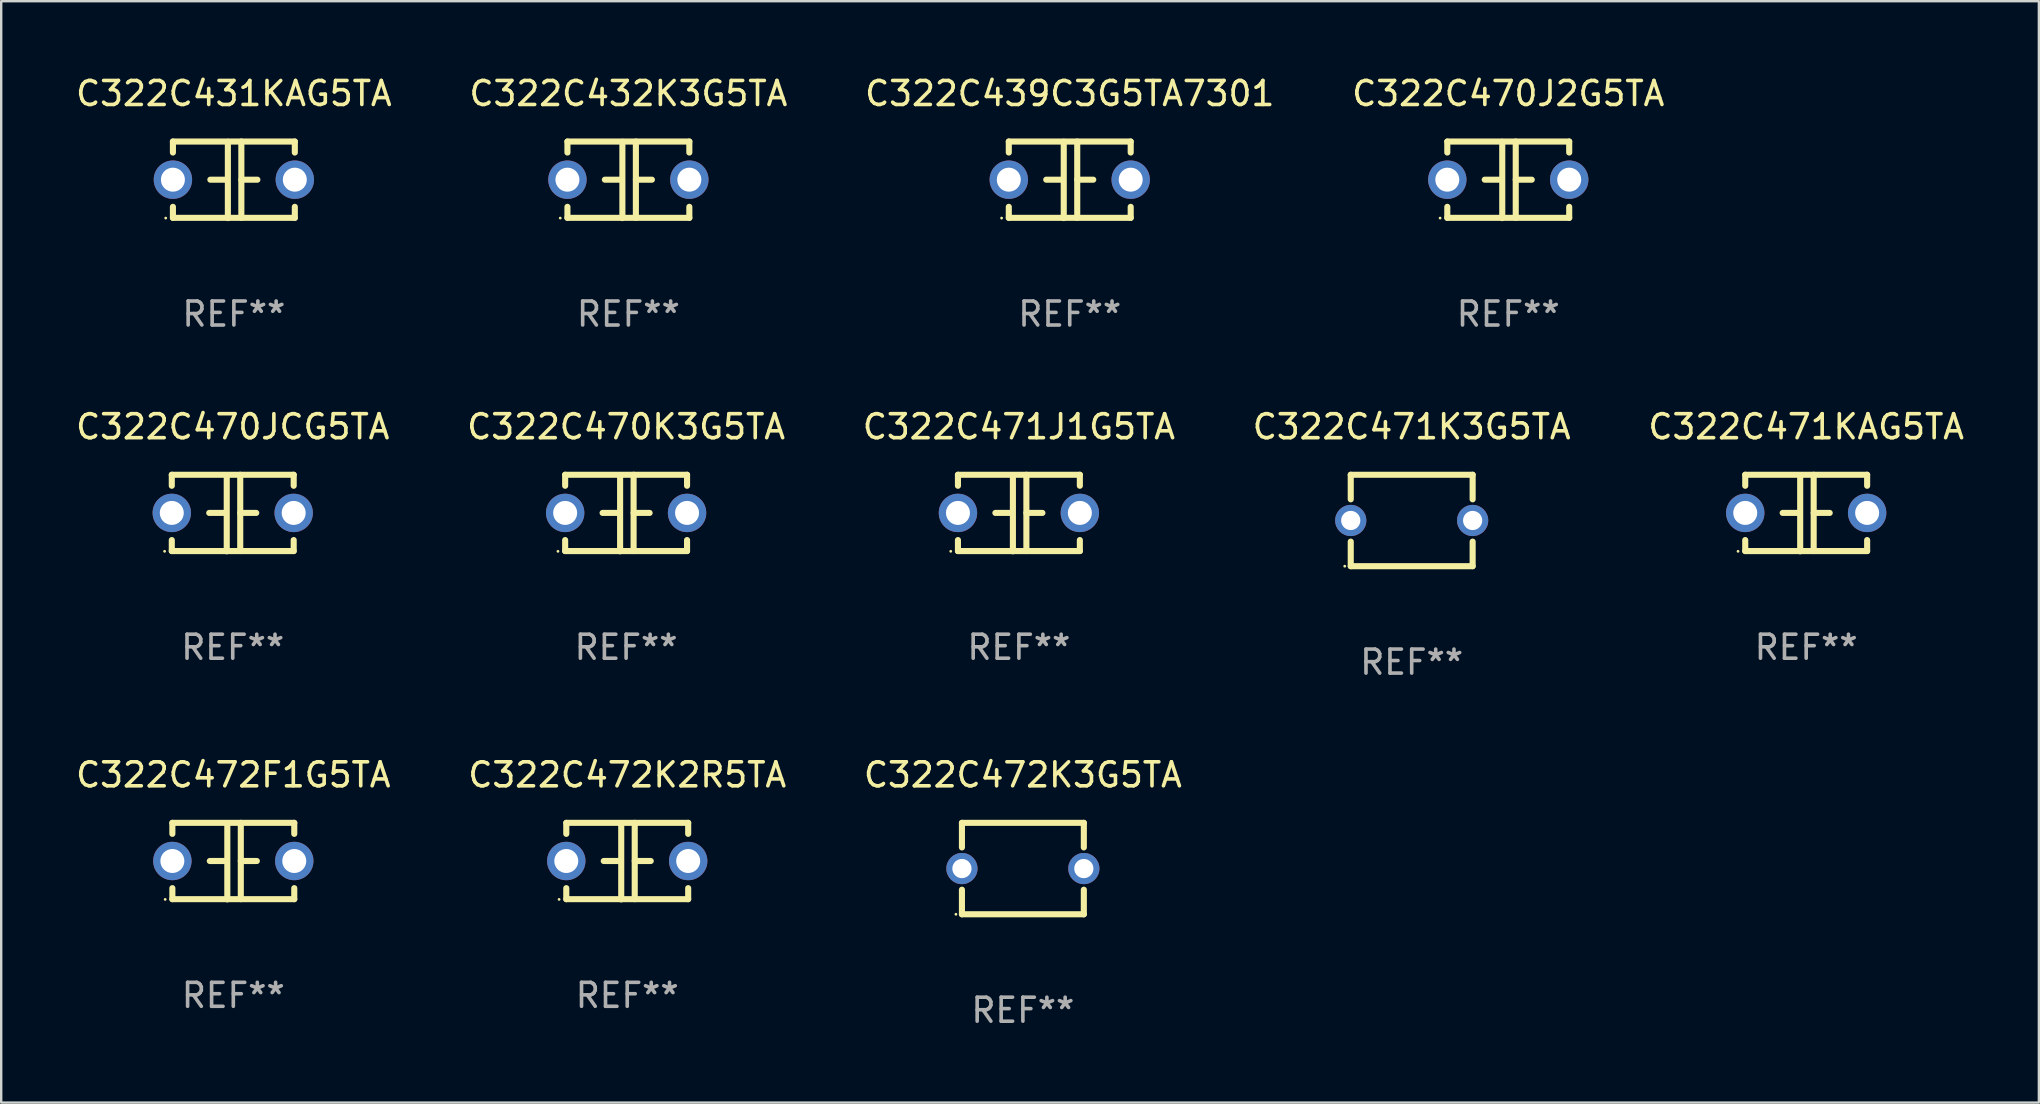
<source format=kicad_pcb>
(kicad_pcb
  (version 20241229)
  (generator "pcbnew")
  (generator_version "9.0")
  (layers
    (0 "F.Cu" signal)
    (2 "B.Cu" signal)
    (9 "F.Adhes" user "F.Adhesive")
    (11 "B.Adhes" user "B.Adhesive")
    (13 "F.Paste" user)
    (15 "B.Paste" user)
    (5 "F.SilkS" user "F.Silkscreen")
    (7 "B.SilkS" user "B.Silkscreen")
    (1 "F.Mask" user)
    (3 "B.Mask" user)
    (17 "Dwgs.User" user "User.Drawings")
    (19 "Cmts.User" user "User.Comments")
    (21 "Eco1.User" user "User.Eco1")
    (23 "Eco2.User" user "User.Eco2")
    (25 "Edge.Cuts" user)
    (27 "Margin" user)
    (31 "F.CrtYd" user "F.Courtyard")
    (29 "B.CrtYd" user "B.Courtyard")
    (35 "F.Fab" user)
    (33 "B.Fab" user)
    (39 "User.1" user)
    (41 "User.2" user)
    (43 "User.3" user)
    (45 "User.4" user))
  (footprint "C322C471J1G5TA"
    (layer "F.Cu")
    (at 39.411 18.33)
    (property "Reference" "C322C471J1G5TA" (at 0 -3.595 0) (layer "F.SilkS") (effects (font (size 1 1) (thickness 0.15))))
    (attr through_hole)
    (fp_line (start -2.54 -1.595) (end -2.54 -1.136) (stroke (width 0.254) (type solid)) (layer "F.SilkS"))
    (fp_line (start -2.54 -1.595) (end 2.54 -1.595) (stroke (width 0.254) (type solid)) (layer "F.SilkS"))
    (fp_line (start -2.54 1.126) (end -2.54 1.585) (stroke (width 0.254) (type solid)) (layer "F.SilkS"))
    (fp_line (start -0.312 -0.005) (end -0.98 -0.005) (stroke (width 0.254) (type solid)) (layer "F.SilkS"))
    (fp_line (start -0.25 -1.585) (end -0.25 1.595) (stroke (width 0.254) (type solid)) (layer "F.SilkS"))
    (fp_line (start 0.312 -1.595) (end 0.312 1.585) (stroke (width 0.254) (type solid)) (layer "F.SilkS"))
    (fp_line (start 0.312 -0.005) (end 0.98 -0.005) (stroke (width 0.254) (type solid)) (layer "F.SilkS"))
    (fp_line (start 2.54 -1.595) (end 2.54 -1.136) (stroke (width 0.254) (type solid)) (layer "F.SilkS"))
    (fp_line (start 2.54 1.126) (end 2.54 1.585) (stroke (width 0.254) (type solid)) (layer "F.SilkS"))
    (fp_line (start 2.54 1.585) (end -2.54 1.585) (stroke (width 0.254) (type solid)) (layer "F.SilkS"))
    (fp_circle (center -2.84 1.595) (end -2.81 1.595) (stroke (width 0.06) (type solid)) (fill no) (layer "F.SilkS"))
    (fp_text user "REF**" (at 0 5.595 0) (layer "F.Fab") (effects (font (size 1 1) (thickness 0.15))))
    (pad "1" thru_hole circle (at -2.54 -0.005) (size 1.6 1.6) (drill 1) (layers "*.Cu" "*.Mask"))
    (pad "2" thru_hole circle (at 2.54 -0.005) (size 1.6 1.6) (drill 1) (layers "*.Cu" "*.Mask")))
  (footprint "C322C472F1G5TA"
    (layer "F.Cu")
    (at 6.673 32.836)
    (property "Reference" "C322C472F1G5TA" (at 0 -3.595 0) (layer "F.SilkS") (effects (font (size 1 1) (thickness 0.15))))
    (attr through_hole)
    (fp_line (start -2.54 -1.595) (end -2.54 -1.136) (stroke (width 0.254) (type solid)) (layer "F.SilkS"))
    (fp_line (start -2.54 -1.595) (end 2.54 -1.595) (stroke (width 0.254) (type solid)) (layer "F.SilkS"))
    (fp_line (start -2.54 1.126) (end -2.54 1.585) (stroke (width 0.254) (type solid)) (layer "F.SilkS"))
    (fp_line (start -0.312 -0.005) (end -0.98 -0.005) (stroke (width 0.254) (type solid)) (layer "F.SilkS"))
    (fp_line (start -0.25 -1.585) (end -0.25 1.595) (stroke (width 0.254) (type solid)) (layer "F.SilkS"))
    (fp_line (start 0.312 -1.595) (end 0.312 1.585) (stroke (width 0.254) (type solid)) (layer "F.SilkS"))
    (fp_line (start 0.312 -0.005) (end 0.98 -0.005) (stroke (width 0.254) (type solid)) (layer "F.SilkS"))
    (fp_line (start 2.54 -1.595) (end 2.54 -1.136) (stroke (width 0.254) (type solid)) (layer "F.SilkS"))
    (fp_line (start 2.54 1.126) (end 2.54 1.585) (stroke (width 0.254) (type solid)) (layer "F.SilkS"))
    (fp_line (start 2.54 1.585) (end -2.54 1.585) (stroke (width 0.254) (type solid)) (layer "F.SilkS"))
    (fp_circle (center -2.84 1.595) (end -2.81 1.595) (stroke (width 0.06) (type solid)) (fill no) (layer "F.SilkS"))
    (fp_text user "REF**" (at 0 5.595 0) (layer "F.Fab") (effects (font (size 1 1) (thickness 0.15))))
    (pad "1" thru_hole circle (at -2.54 -0.005) (size 1.6 1.6) (drill 1) (layers "*.Cu" "*.Mask"))
    (pad "2" thru_hole circle (at 2.54 -0.005) (size 1.6 1.6) (drill 1) (layers "*.Cu" "*.Mask")))
  (footprint "C322C470K3G5TA"
    (layer "F.Cu")
    (at 23.042 18.33)
    (property "Reference" "C322C470K3G5TA" (at 0 -3.595 0) (layer "F.SilkS") (effects (font (size 1 1) (thickness 0.15))))
    (attr through_hole)
    (fp_line (start -2.54 -1.595) (end -2.54 -1.136) (stroke (width 0.254) (type solid)) (layer "F.SilkS"))
    (fp_line (start -2.54 -1.595) (end 2.54 -1.595) (stroke (width 0.254) (type solid)) (layer "F.SilkS"))
    (fp_line (start -2.54 1.126) (end -2.54 1.585) (stroke (width 0.254) (type solid)) (layer "F.SilkS"))
    (fp_line (start -0.312 -0.005) (end -0.98 -0.005) (stroke (width 0.254) (type solid)) (layer "F.SilkS"))
    (fp_line (start -0.25 -1.585) (end -0.25 1.595) (stroke (width 0.254) (type solid)) (layer "F.SilkS"))
    (fp_line (start 0.312 -1.595) (end 0.312 1.585) (stroke (width 0.254) (type solid)) (layer "F.SilkS"))
    (fp_line (start 0.312 -0.005) (end 0.98 -0.005) (stroke (width 0.254) (type solid)) (layer "F.SilkS"))
    (fp_line (start 2.54 -1.595) (end 2.54 -1.136) (stroke (width 0.254) (type solid)) (layer "F.SilkS"))
    (fp_line (start 2.54 1.126) (end 2.54 1.585) (stroke (width 0.254) (type solid)) (layer "F.SilkS"))
    (fp_line (start 2.54 1.585) (end -2.54 1.585) (stroke (width 0.254) (type solid)) (layer "F.SilkS"))
    (fp_circle (center -2.84 1.595) (end -2.81 1.595) (stroke (width 0.06) (type solid)) (fill no) (layer "F.SilkS"))
    (fp_text user "REF**" (at 0 5.595 0) (layer "F.Fab") (effects (font (size 1 1) (thickness 0.15))))
    (pad "1" thru_hole circle (at -2.54 -0.005) (size 1.6 1.6) (drill 1) (layers "*.Cu" "*.Mask"))
    (pad "2" thru_hole circle (at 2.54 -0.005) (size 1.6 1.6) (drill 1) (layers "*.Cu" "*.Mask")))
  (footprint "C322C472K2R5TA"
    (layer "F.Cu")
    (at 23.089 32.836)
    (property "Reference" "C322C472K2R5TA" (at 0 -3.595 0) (layer "F.SilkS") (effects (font (size 1 1) (thickness 0.15))))
    (attr through_hole)
    (fp_line (start -2.54 -1.595) (end -2.54 -1.136) (stroke (width 0.254) (type solid)) (layer "F.SilkS"))
    (fp_line (start -2.54 -1.595) (end 2.54 -1.595) (stroke (width 0.254) (type solid)) (layer "F.SilkS"))
    (fp_line (start -2.54 1.126) (end -2.54 1.585) (stroke (width 0.254) (type solid)) (layer "F.SilkS"))
    (fp_line (start -0.312 -0.005) (end -0.98 -0.005) (stroke (width 0.254) (type solid)) (layer "F.SilkS"))
    (fp_line (start -0.25 -1.585) (end -0.25 1.595) (stroke (width 0.254) (type solid)) (layer "F.SilkS"))
    (fp_line (start 0.312 -1.595) (end 0.312 1.585) (stroke (width 0.254) (type solid)) (layer "F.SilkS"))
    (fp_line (start 0.312 -0.005) (end 0.98 -0.005) (stroke (width 0.254) (type solid)) (layer "F.SilkS"))
    (fp_line (start 2.54 -1.595) (end 2.54 -1.136) (stroke (width 0.254) (type solid)) (layer "F.SilkS"))
    (fp_line (start 2.54 1.126) (end 2.54 1.585) (stroke (width 0.254) (type solid)) (layer "F.SilkS"))
    (fp_line (start 2.54 1.585) (end -2.54 1.585) (stroke (width 0.254) (type solid)) (layer "F.SilkS"))
    (fp_circle (center -2.84 1.595) (end -2.81 1.595) (stroke (width 0.06) (type solid)) (fill no) (layer "F.SilkS"))
    (fp_text user "REF**" (at 0 5.595 0) (layer "F.Fab") (effects (font (size 1 1) (thickness 0.15))))
    (pad "1" thru_hole circle (at -2.54 -0.005) (size 1.6 1.6) (drill 1) (layers "*.Cu" "*.Mask"))
    (pad "2" thru_hole circle (at 2.54 -0.005) (size 1.6 1.6) (drill 1) (layers "*.Cu" "*.Mask")))
  (footprint "C322C470J2G5TA"
    (layer "F.Cu")
    (at 59.804 4.443)
    (property "Reference" "C322C470J2G5TA" (at 0 -3.595 0) (layer "F.SilkS") (effects (font (size 1 1) (thickness 0.15))))
    (attr through_hole)
    (fp_line (start -2.54 -1.595) (end -2.54 -1.136) (stroke (width 0.254) (type solid)) (layer "F.SilkS"))
    (fp_line (start -2.54 -1.595) (end 2.54 -1.595) (stroke (width 0.254) (type solid)) (layer "F.SilkS"))
    (fp_line (start -2.54 1.126) (end -2.54 1.585) (stroke (width 0.254) (type solid)) (layer "F.SilkS"))
    (fp_line (start -0.312 -0.005) (end -0.98 -0.005) (stroke (width 0.254) (type solid)) (layer "F.SilkS"))
    (fp_line (start -0.25 -1.585) (end -0.25 1.595) (stroke (width 0.254) (type solid)) (layer "F.SilkS"))
    (fp_line (start 0.312 -1.595) (end 0.312 1.585) (stroke (width 0.254) (type solid)) (layer "F.SilkS"))
    (fp_line (start 0.312 -0.005) (end 0.98 -0.005) (stroke (width 0.254) (type solid)) (layer "F.SilkS"))
    (fp_line (start 2.54 -1.595) (end 2.54 -1.136) (stroke (width 0.254) (type solid)) (layer "F.SilkS"))
    (fp_line (start 2.54 1.126) (end 2.54 1.585) (stroke (width 0.254) (type solid)) (layer "F.SilkS"))
    (fp_line (start 2.54 1.585) (end -2.54 1.585) (stroke (width 0.254) (type solid)) (layer "F.SilkS"))
    (fp_circle (center -2.84 1.595) (end -2.81 1.595) (stroke (width 0.06) (type solid)) (fill no) (layer "F.SilkS"))
    (fp_text user "REF**" (at 0 5.595 0) (layer "F.Fab") (effects (font (size 1 1) (thickness 0.15))))
    (pad "1" thru_hole circle (at -2.54 -0.005) (size 1.6 1.6) (drill 1) (layers "*.Cu" "*.Mask"))
    (pad "2" thru_hole circle (at 2.54 -0.005) (size 1.6 1.6) (drill 1) (layers "*.Cu" "*.Mask")))
  (footprint "C322C470JCG5TA"
    (layer "F.Cu")
    (at 6.649 18.33)
    (property "Reference" "C322C470JCG5TA" (at 0 -3.595 0) (layer "F.SilkS") (effects (font (size 1 1) (thickness 0.15))))
    (attr through_hole)
    (fp_line (start -2.54 -1.595) (end -2.54 -1.136) (stroke (width 0.254) (type solid)) (layer "F.SilkS"))
    (fp_line (start -2.54 -1.595) (end 2.54 -1.595) (stroke (width 0.254) (type solid)) (layer "F.SilkS"))
    (fp_line (start -2.54 1.126) (end -2.54 1.585) (stroke (width 0.254) (type solid)) (layer "F.SilkS"))
    (fp_line (start -0.312 -0.005) (end -0.98 -0.005) (stroke (width 0.254) (type solid)) (layer "F.SilkS"))
    (fp_line (start -0.25 -1.585) (end -0.25 1.595) (stroke (width 0.254) (type solid)) (layer "F.SilkS"))
    (fp_line (start 0.312 -1.595) (end 0.312 1.585) (stroke (width 0.254) (type solid)) (layer "F.SilkS"))
    (fp_line (start 0.312 -0.005) (end 0.98 -0.005) (stroke (width 0.254) (type solid)) (layer "F.SilkS"))
    (fp_line (start 2.54 -1.595) (end 2.54 -1.136) (stroke (width 0.254) (type solid)) (layer "F.SilkS"))
    (fp_line (start 2.54 1.126) (end 2.54 1.585) (stroke (width 0.254) (type solid)) (layer "F.SilkS"))
    (fp_line (start 2.54 1.585) (end -2.54 1.585) (stroke (width 0.254) (type solid)) (layer "F.SilkS"))
    (fp_circle (center -2.84 1.595) (end -2.81 1.595) (stroke (width 0.06) (type solid)) (fill no) (layer "F.SilkS"))
    (fp_text user "REF**" (at 0 5.595 0) (layer "F.Fab") (effects (font (size 1 1) (thickness 0.15))))
    (pad "1" thru_hole circle (at -2.54 -0.005) (size 1.6 1.6) (drill 1) (layers "*.Cu" "*.Mask"))
    (pad "2" thru_hole circle (at 2.54 -0.005) (size 1.6 1.6) (drill 1) (layers "*.Cu" "*.Mask")))
  (footprint "C322C439C3G5TA7301"
    (layer "F.Cu")
    (at 41.53 4.443)
    (property "Reference" "C322C439C3G5TA7301" (at 0 -3.595 0) (layer "F.SilkS") (effects (font (size 1 1) (thickness 0.15))))
    (attr through_hole)
    (fp_line (start -2.54 -1.595) (end -2.54 -1.136) (stroke (width 0.254) (type solid)) (layer "F.SilkS"))
    (fp_line (start -2.54 -1.595) (end 2.54 -1.595) (stroke (width 0.254) (type solid)) (layer "F.SilkS"))
    (fp_line (start -2.54 1.126) (end -2.54 1.585) (stroke (width 0.254) (type solid)) (layer "F.SilkS"))
    (fp_line (start -0.312 -0.005) (end -0.98 -0.005) (stroke (width 0.254) (type solid)) (layer "F.SilkS"))
    (fp_line (start -0.25 -1.585) (end -0.25 1.595) (stroke (width 0.254) (type solid)) (layer "F.SilkS"))
    (fp_line (start 0.312 -1.595) (end 0.312 1.585) (stroke (width 0.254) (type solid)) (layer "F.SilkS"))
    (fp_line (start 0.312 -0.005) (end 0.98 -0.005) (stroke (width 0.254) (type solid)) (layer "F.SilkS"))
    (fp_line (start 2.54 -1.595) (end 2.54 -1.136) (stroke (width 0.254) (type solid)) (layer "F.SilkS"))
    (fp_line (start 2.54 1.126) (end 2.54 1.585) (stroke (width 0.254) (type solid)) (layer "F.SilkS"))
    (fp_line (start 2.54 1.585) (end -2.54 1.585) (stroke (width 0.254) (type solid)) (layer "F.SilkS"))
    (fp_circle (center -2.84 1.595) (end -2.81 1.595) (stroke (width 0.06) (type solid)) (fill no) (layer "F.SilkS"))
    (fp_text user "REF**" (at 0 5.595 0) (layer "F.Fab") (effects (font (size 1 1) (thickness 0.15))))
    (pad "1" thru_hole circle (at -2.54 -0.005) (size 1.6 1.6) (drill 1) (layers "*.Cu" "*.Mask"))
    (pad "2" thru_hole circle (at 2.54 -0.005) (size 1.6 1.6) (drill 1) (layers "*.Cu" "*.Mask")))
  (footprint "C322C432K3G5TA"
    (layer "F.Cu")
    (at 23.137 4.443)
    (property "Reference" "C322C432K3G5TA" (at 0 -3.595 0) (layer "F.SilkS") (effects (font (size 1 1) (thickness 0.15))))
    (attr through_hole)
    (fp_line (start -2.54 -1.595) (end -2.54 -1.136) (stroke (width 0.254) (type solid)) (layer "F.SilkS"))
    (fp_line (start -2.54 -1.595) (end 2.54 -1.595) (stroke (width 0.254) (type solid)) (layer "F.SilkS"))
    (fp_line (start -2.54 1.126) (end -2.54 1.585) (stroke (width 0.254) (type solid)) (layer "F.SilkS"))
    (fp_line (start -0.312 -0.005) (end -0.98 -0.005) (stroke (width 0.254) (type solid)) (layer "F.SilkS"))
    (fp_line (start -0.25 -1.585) (end -0.25 1.595) (stroke (width 0.254) (type solid)) (layer "F.SilkS"))
    (fp_line (start 0.312 -1.595) (end 0.312 1.585) (stroke (width 0.254) (type solid)) (layer "F.SilkS"))
    (fp_line (start 0.312 -0.005) (end 0.98 -0.005) (stroke (width 0.254) (type solid)) (layer "F.SilkS"))
    (fp_line (start 2.54 -1.595) (end 2.54 -1.136) (stroke (width 0.254) (type solid)) (layer "F.SilkS"))
    (fp_line (start 2.54 1.126) (end 2.54 1.585) (stroke (width 0.254) (type solid)) (layer "F.SilkS"))
    (fp_line (start 2.54 1.585) (end -2.54 1.585) (stroke (width 0.254) (type solid)) (layer "F.SilkS"))
    (fp_circle (center -2.84 1.595) (end -2.81 1.595) (stroke (width 0.06) (type solid)) (fill no) (layer "F.SilkS"))
    (fp_text user "REF**" (at 0 5.595 0) (layer "F.Fab") (effects (font (size 1 1) (thickness 0.15))))
    (pad "1" thru_hole circle (at -2.54 -0.005) (size 1.6 1.6) (drill 1) (layers "*.Cu" "*.Mask"))
    (pad "2" thru_hole circle (at 2.54 -0.005) (size 1.6 1.6) (drill 1) (layers "*.Cu" "*.Mask")))
  (footprint "C322C472K3G5TA"
    (layer "F.Cu")
    (at 39.577 33.146)
    (property "Reference" "C322C472K3G5TA" (at 0 -3.905 0) (layer "F.SilkS") (effects (font (size 1 1) (thickness 0.15))))
    (attr through_hole)
    (fp_line (start -2.54 -1.905) (end -2.54 -0.881) (stroke (width 0.254) (type solid)) (layer "F.SilkS"))
    (fp_line (start -2.54 0.881) (end -2.54 1.905) (stroke (width 0.254) (type solid)) (layer "F.SilkS"))
    (fp_line (start -2.54 1.905) (end 2.54 1.905) (stroke (width 0.254) (type solid)) (layer "F.SilkS"))
    (fp_line (start 2.54 -1.905) (end -2.54 -1.905) (stroke (width 0.254) (type solid)) (layer "F.SilkS"))
    (fp_line (start 2.54 -0.881) (end 2.54 -1.905) (stroke (width 0.254) (type solid)) (layer "F.SilkS"))
    (fp_line (start 2.54 1.905) (end 2.54 0.881) (stroke (width 0.254) (type solid)) (layer "F.SilkS"))
    (fp_circle (center -2.79 1.905) (end -2.76 1.905) (stroke (width 0.06) (type solid)) (fill no) (layer "F.SilkS"))
    (fp_text user "REF**" (at 0 5.905 0) (layer "F.Fab") (effects (font (size 1 1) (thickness 0.15))))
    (pad "1" thru_hole circle (at -2.54 0) (size 1.3 1.3) (drill 0.8) (layers "*.Cu" "*.Mask"))
    (pad "2" thru_hole circle (at 2.54 0) (size 1.3 1.3) (drill 0.8) (layers "*.Cu" "*.Mask")))
  (footprint "C322C471K3G5TA"
    (layer "F.Cu")
    (at 55.78 18.64)
    (property "Reference" "C322C471K3G5TA" (at 0 -3.905 0) (layer "F.SilkS") (effects (font (size 1 1) (thickness 0.15))))
    (attr through_hole)
    (fp_line (start -2.54 -1.905) (end -2.54 -0.881) (stroke (width 0.254) (type solid)) (layer "F.SilkS"))
    (fp_line (start -2.54 0.881) (end -2.54 1.905) (stroke (width 0.254) (type solid)) (layer "F.SilkS"))
    (fp_line (start -2.54 1.905) (end 2.54 1.905) (stroke (width 0.254) (type solid)) (layer "F.SilkS"))
    (fp_line (start 2.54 -1.905) (end -2.54 -1.905) (stroke (width 0.254) (type solid)) (layer "F.SilkS"))
    (fp_line (start 2.54 -0.881) (end 2.54 -1.905) (stroke (width 0.254) (type solid)) (layer "F.SilkS"))
    (fp_line (start 2.54 1.905) (end 2.54 0.881) (stroke (width 0.254) (type solid)) (layer "F.SilkS"))
    (fp_circle (center -2.79 1.905) (end -2.76 1.905) (stroke (width 0.06) (type solid)) (fill no) (layer "F.SilkS"))
    (fp_text user "REF**" (at 0 5.905 0) (layer "F.Fab") (effects (font (size 1 1) (thickness 0.15))))
    (pad "1" thru_hole circle (at -2.54 0) (size 1.3 1.3) (drill 0.8) (layers "*.Cu" "*.Mask"))
    (pad "2" thru_hole circle (at 2.54 0) (size 1.3 1.3) (drill 0.8) (layers "*.Cu" "*.Mask")))
  (footprint "C322C431KAG5TA"
    (layer "F.Cu")
    (at 6.696 4.443)
    (property "Reference" "C322C431KAG5TA" (at 0 -3.595 0) (layer "F.SilkS") (effects (font (size 1 1) (thickness 0.15))))
    (attr through_hole)
    (fp_line (start -2.54 -1.595) (end -2.54 -1.136) (stroke (width 0.254) (type solid)) (layer "F.SilkS"))
    (fp_line (start -2.54 -1.595) (end 2.54 -1.595) (stroke (width 0.254) (type solid)) (layer "F.SilkS"))
    (fp_line (start -2.54 1.126) (end -2.54 1.585) (stroke (width 0.254) (type solid)) (layer "F.SilkS"))
    (fp_line (start -0.312 -0.005) (end -0.98 -0.005) (stroke (width 0.254) (type solid)) (layer "F.SilkS"))
    (fp_line (start -0.25 -1.585) (end -0.25 1.595) (stroke (width 0.254) (type solid)) (layer "F.SilkS"))
    (fp_line (start 0.312 -1.595) (end 0.312 1.585) (stroke (width 0.254) (type solid)) (layer "F.SilkS"))
    (fp_line (start 0.312 -0.005) (end 0.98 -0.005) (stroke (width 0.254) (type solid)) (layer "F.SilkS"))
    (fp_line (start 2.54 -1.595) (end 2.54 -1.136) (stroke (width 0.254) (type solid)) (layer "F.SilkS"))
    (fp_line (start 2.54 1.126) (end 2.54 1.585) (stroke (width 0.254) (type solid)) (layer "F.SilkS"))
    (fp_line (start 2.54 1.585) (end -2.54 1.585) (stroke (width 0.254) (type solid)) (layer "F.SilkS"))
    (fp_circle (center -2.84 1.595) (end -2.81 1.595) (stroke (width 0.06) (type solid)) (fill no) (layer "F.SilkS"))
    (fp_text user "REF**" (at 0 5.595 0) (layer "F.Fab") (effects (font (size 1 1) (thickness 0.15))))
    (pad "1" thru_hole circle (at -2.54 -0.005) (size 1.6 1.6) (drill 1) (layers "*.Cu" "*.Mask"))
    (pad "2" thru_hole circle (at 2.54 -0.005) (size 1.6 1.6) (drill 1) (layers "*.Cu" "*.Mask")))
  (footprint "C322C471KAG5TA"
    (layer "F.Cu")
    (at 72.22 18.33)
    (property "Reference" "C322C471KAG5TA" (at 0 -3.595 0) (layer "F.SilkS") (effects (font (size 1 1) (thickness 0.15))))
    (attr through_hole)
    (fp_line (start -2.54 -1.595) (end -2.54 -1.136) (stroke (width 0.254) (type solid)) (layer "F.SilkS"))
    (fp_line (start -2.54 -1.595) (end 2.54 -1.595) (stroke (width 0.254) (type solid)) (layer "F.SilkS"))
    (fp_line (start -2.54 1.126) (end -2.54 1.585) (stroke (width 0.254) (type solid)) (layer "F.SilkS"))
    (fp_line (start -0.312 -0.005) (end -0.98 -0.005) (stroke (width 0.254) (type solid)) (layer "F.SilkS"))
    (fp_line (start -0.25 -1.585) (end -0.25 1.595) (stroke (width 0.254) (type solid)) (layer "F.SilkS"))
    (fp_line (start 0.312 -1.595) (end 0.312 1.585) (stroke (width 0.254) (type solid)) (layer "F.SilkS"))
    (fp_line (start 0.312 -0.005) (end 0.98 -0.005) (stroke (width 0.254) (type solid)) (layer "F.SilkS"))
    (fp_line (start 2.54 -1.595) (end 2.54 -1.136) (stroke (width 0.254) (type solid)) (layer "F.SilkS"))
    (fp_line (start 2.54 1.126) (end 2.54 1.585) (stroke (width 0.254) (type solid)) (layer "F.SilkS"))
    (fp_line (start 2.54 1.585) (end -2.54 1.585) (stroke (width 0.254) (type solid)) (layer "F.SilkS"))
    (fp_circle (center -2.84 1.595) (end -2.81 1.595) (stroke (width 0.06) (type solid)) (fill no) (layer "F.SilkS"))
    (fp_text user "REF**" (at 0 5.595 0) (layer "F.Fab") (effects (font (size 1 1) (thickness 0.15))))
    (pad "1" thru_hole circle (at -2.54 -0.005) (size 1.6 1.6) (drill 1) (layers "*.Cu" "*.Mask"))
    (pad "2" thru_hole circle (at 2.54 -0.005) (size 1.6 1.6) (drill 1) (layers "*.Cu" "*.Mask")))
  (gr_rect
    (start -3 -3)
    (end 81.917 42.899)
    (stroke (width 0.1) (type default))
    (fill no)
    (layer "Edge.Cuts")))
</source>
